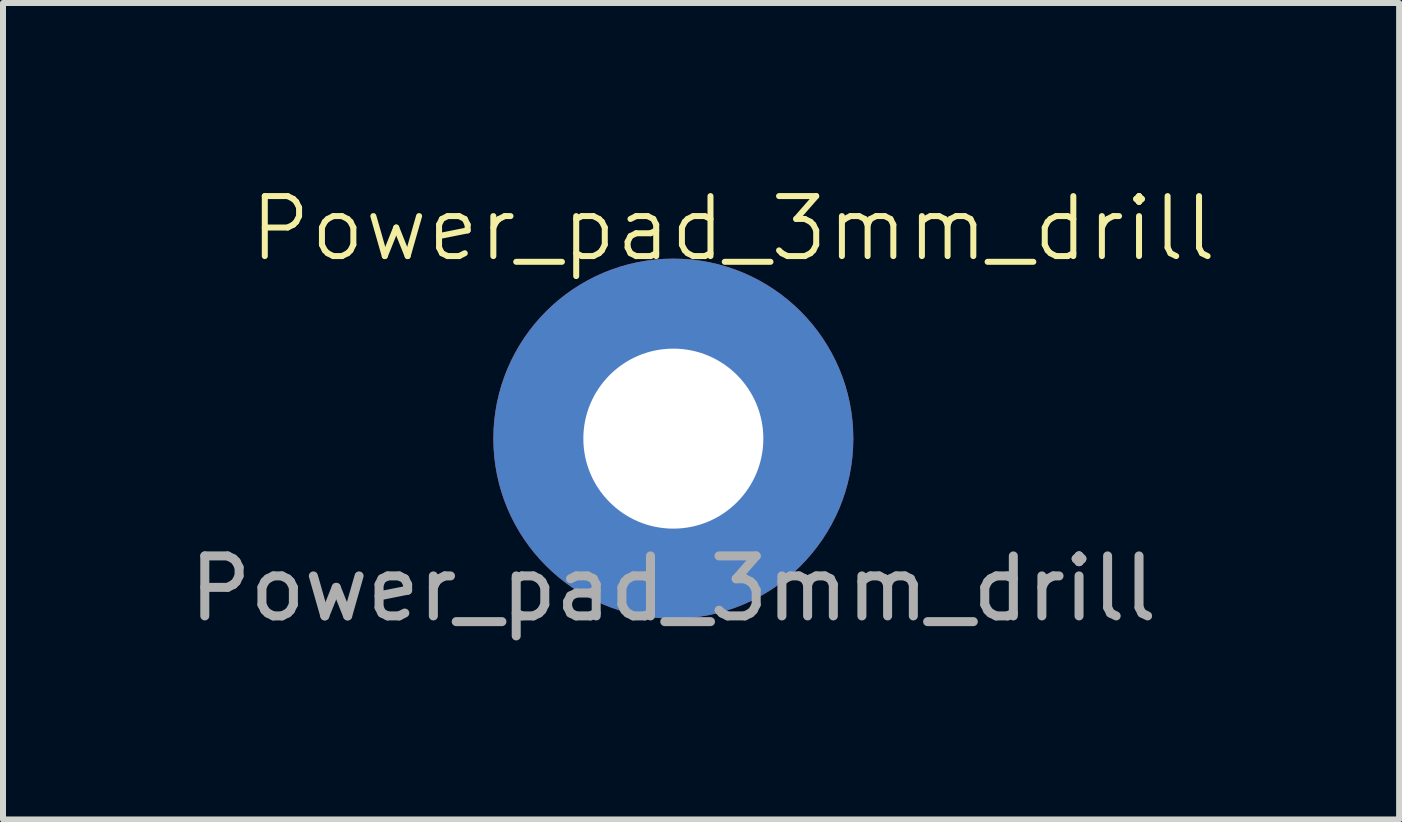
<source format=kicad_pcb>
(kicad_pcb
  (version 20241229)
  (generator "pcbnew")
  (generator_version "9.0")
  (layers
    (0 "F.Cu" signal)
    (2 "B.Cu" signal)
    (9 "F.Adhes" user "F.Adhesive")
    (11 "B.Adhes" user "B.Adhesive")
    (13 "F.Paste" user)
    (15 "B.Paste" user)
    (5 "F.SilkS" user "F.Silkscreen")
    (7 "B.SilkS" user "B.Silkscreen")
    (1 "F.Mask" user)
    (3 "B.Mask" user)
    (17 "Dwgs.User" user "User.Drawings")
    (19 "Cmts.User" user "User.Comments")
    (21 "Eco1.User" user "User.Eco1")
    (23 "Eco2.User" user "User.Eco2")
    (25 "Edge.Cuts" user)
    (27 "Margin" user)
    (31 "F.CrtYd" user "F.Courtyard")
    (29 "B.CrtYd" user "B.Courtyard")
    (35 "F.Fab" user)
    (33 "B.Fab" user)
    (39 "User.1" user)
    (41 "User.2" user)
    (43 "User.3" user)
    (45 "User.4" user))
  (footprint "Power_pad_3mm_drill"
    (layer "F.Cu")
    (at 8.173 4.261)
    (property "Reference" "Power_pad_3mm_drill" (at 1 -3.5 0) (unlocked yes) (layer "F.SilkS") (effects (font (size 1 1) (thickness 0.1))))
    (attr smd)
    (fp_text user "${REFERENCE}" (at 0 2.5 0) (unlocked yes) (layer "F.Fab") (effects (font (size 1 1) (thickness 0.15))))
    (pad "1" thru_hole circle (at 0 0) (size 6 6) (drill 3) (layers "*.Cu" "*.Mask")))
  (gr_rect
    (start -3 -3)
    (end 20.27 10.609)
    (stroke (width 0.1) (type default))
    (fill no)
    (layer "Edge.Cuts")))
</source>
